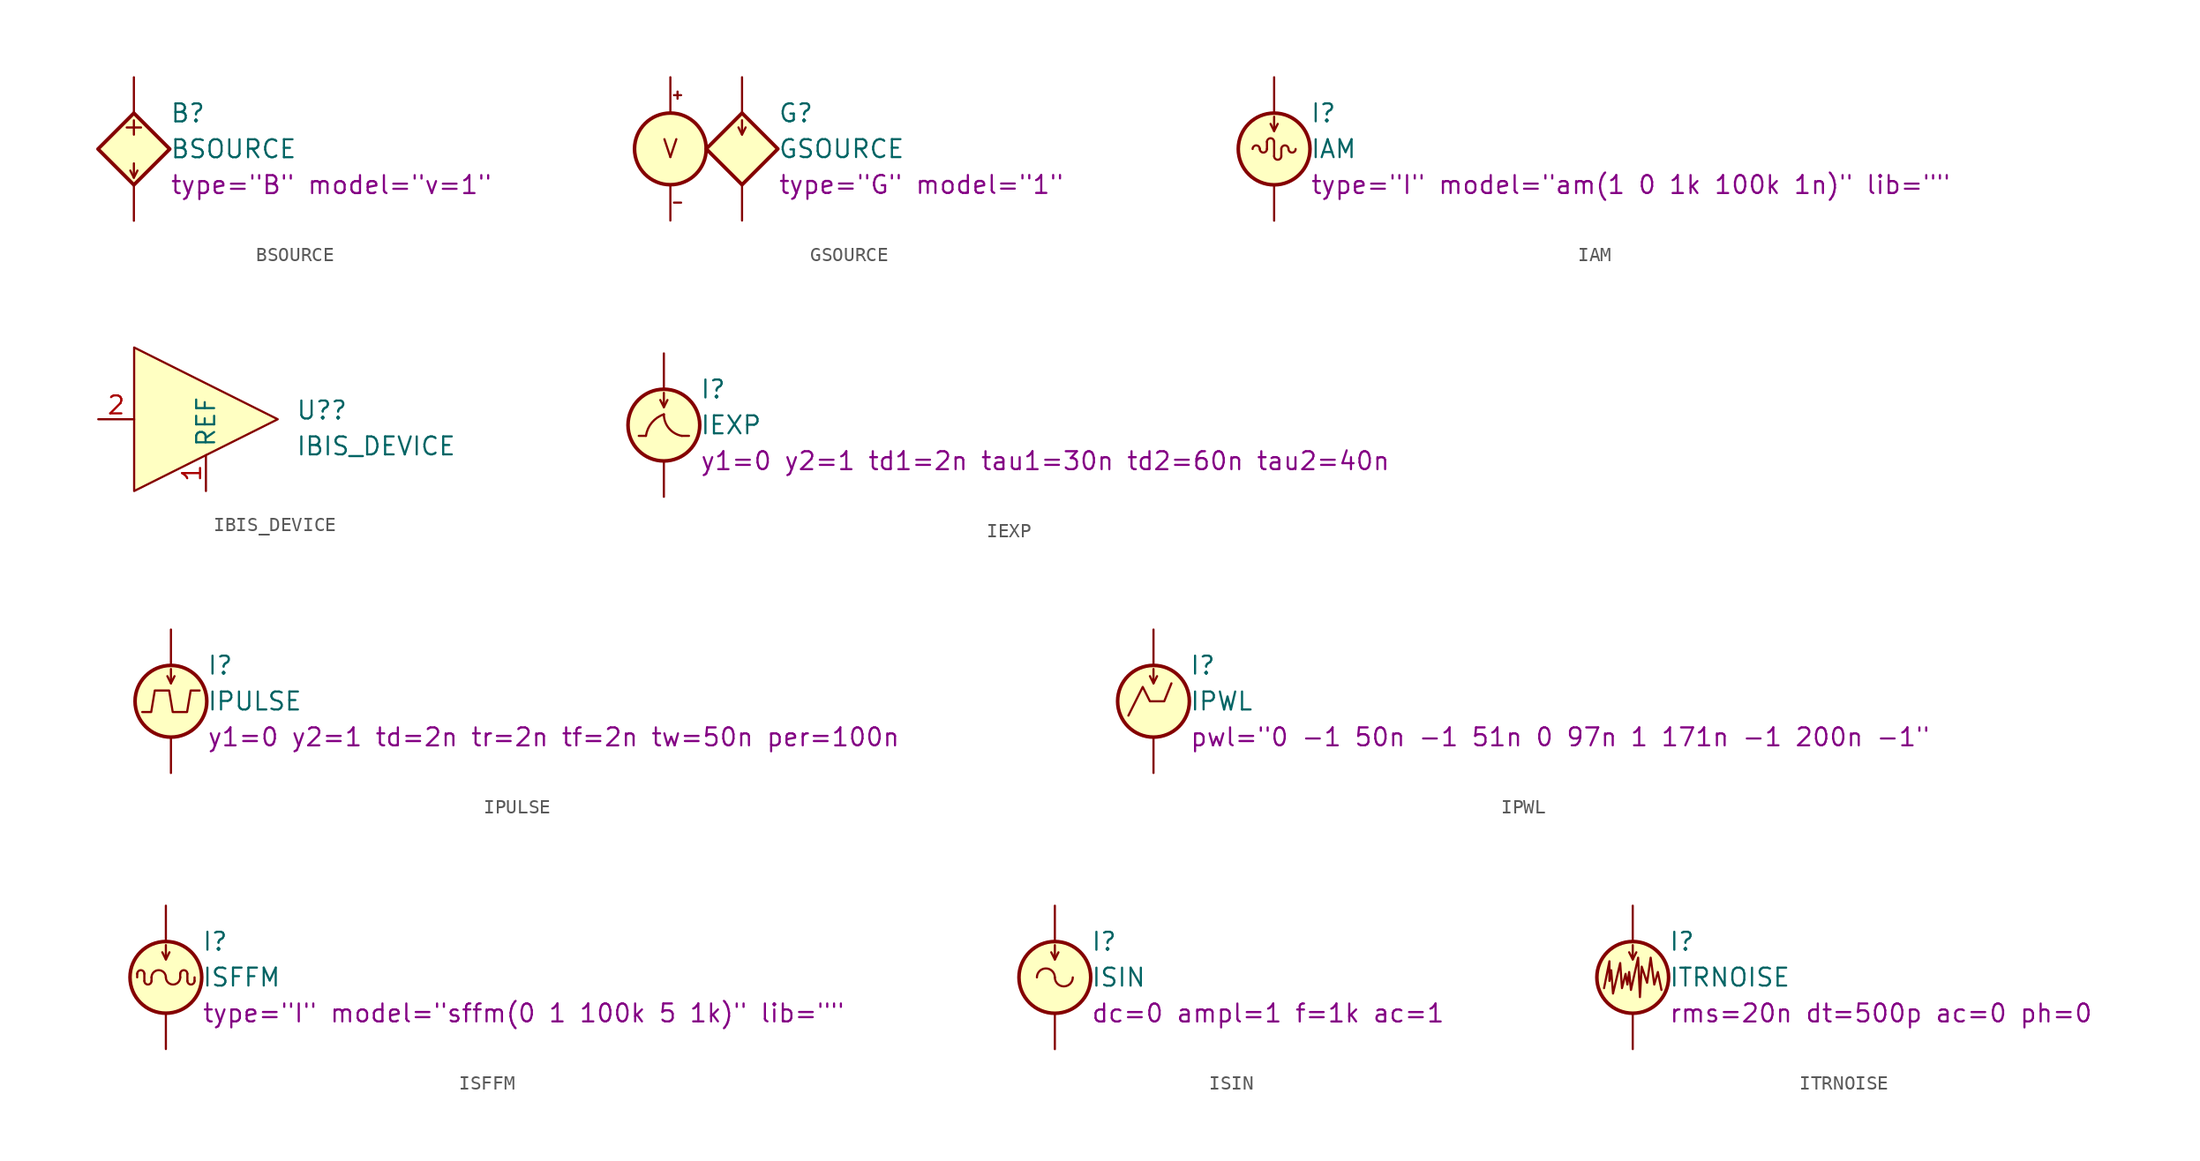
<source format=kicad_sym>
(kicad_symbol_lib
  (version 20241209)
  (generator "kicad_symbol_editor")
  (generator_version "9.0")
  (symbol "BSOURCE"
    (pin_numbers
      (hide yes))
    (pin_names
      (offset 1.016)
      (hide yes))
    (property "Reference" "B"
      (at 2.54 2.54 0)
      (effects (font (size 1.27 1.27)) (justify left)))
    (property "Value" "BSOURCE"
      (at 2.54 0 0)
      (effects (font (size 1.27 1.27)) (justify left)))
    (property "Sim.Params" "type=\"B\" model=\"v=1\""
      (at 2.54 -2.54 0)
      (effects (font (size 1.27 1.27)) (justify left)))
    (symbol "BSOURCE_0_1"
      (polyline (pts (xy 0 2.54) (xy -2.54 0) (xy 0 -2.54) (xy 2.54 0) (xy 0 2.54)) (stroke (width 0.254) (type default)) (fill (type background)))
      (polyline (pts (xy 0 -1.016) (xy 0 -2.032)) (stroke (width 0) (type default)) (fill (type none)))
      (polyline (pts (xy 0.254 -1.524) (xy 0 -2.032) (xy -0.254 -1.524)) (stroke (width 0) (type default)) (fill (type none))))
    (symbol "BSOURCE_1_1"
      (polyline (pts (xy -0.508 1.524) (xy 0.508 1.524)) (stroke (width 0) (type default)) (fill (type none)))
      (polyline (pts (xy 0 1.016) (xy 0 2.032)) (stroke (width 0) (type default)) (fill (type none)))
      (pin passive line (at 0 5.08 270) (length 2.54) (name "N+" (effects (font (size 1.27 1.27)))) (number "1" (effects (font (size 1.27 1.27)))))
      (pin passive line (at 0 -5.08 90) (length 2.54) (name "N-" (effects (font (size 1.27 1.27)))) (number "2" (effects (font (size 1.27 1.27)))))))
  (symbol "GSOURCE"
    (pin_numbers
      (hide yes))
    (pin_names
      (offset 1.016)
      (hide yes))
    (property "Reference" "G"
      (at 2.54 2.54 0)
      (effects (font (size 1.27 1.27)) (justify left)))
    (property "Value" "GSOURCE"
      (at 2.54 0 0)
      (effects (font (size 1.27 1.27)) (justify left)))
    (property "Sim.Params" "type=\"G\" model=\"1\""
      (at 2.54 -2.54 0)
      (effects (font (size 1.27 1.27)) (justify left)))
    (symbol "GSOURCE_0_1"
      (polyline (pts (xy 0 2.032) (xy 0 1.016)) (stroke (width 0) (type default)) (fill (type none)))
      (polyline (pts (xy 0.254 1.524) (xy 0 1.016) (xy -0.254 1.524)) (stroke (width 0) (type default)) (fill (type none))))
    (symbol "GSOURCE_1_1"
      (circle (center -5.08 0) (radius 2.54) (stroke (width 0.254) (type default)) (fill (type background)))
      (polyline (pts (xy -4.826 3.81) (xy -4.318 3.81)) (stroke (width 0) (type default)) (fill (type none)))
      (polyline (pts (xy -4.826 -3.81) (xy -4.318 -3.81)) (stroke (width 0) (type default)) (fill (type none)))
      (polyline (pts (xy -4.572 4.064) (xy -4.572 3.556)) (stroke (width 0) (type default)) (fill (type none)))
      (polyline (pts (xy 0 2.54) (xy -2.54 0) (xy 0 -2.54) (xy 2.54 0) (xy 0 2.54)) (stroke (width 0.254) (type default)) (fill (type background)))
      (text "V" (at -5.08 0 0) (effects (font (size 1.27 1.27))))
      (pin input line (at -5.08 5.08 270) (length 2.54) (name "C+" (effects (font (size 1.27 1.27)))) (number "3" (effects (font (size 1.27 1.27)))))
      (pin input line (at -5.08 -5.08 90) (length 2.54) (name "C-" (effects (font (size 1.27 1.27)))) (number "4" (effects (font (size 1.27 1.27)))))
      (pin passive line (at 0 5.08 270) (length 2.54) (name "N+" (effects (font (size 1.27 1.27)))) (number "1" (effects (font (size 1.27 1.27)))))
      (pin passive line (at 0 -5.08 90) (length 2.54) (name "N-" (effects (font (size 1.27 1.27)))) (number "2" (effects (font (size 1.27 1.27)))))))
  (symbol "IAM"
    (pin_numbers
      (hide yes))
    (pin_names
      (offset 0.025))
    (property "Reference" "I"
      (at 2.54 2.54 0)
      (effects (font (size 1.27 1.27)) (justify left)))
    (property "Value" "IAM"
      (at 2.54 0 0)
      (effects (font (size 1.27 1.27)) (justify left)))
    (property "Sim.Params" "type=\"I\" model=\"am(1 0 1k 100k 1n)\" lib=\"\""
      (at 2.54 -2.54 0)
      (effects (font (size 1.27 1.27)) (justify left)))
    (symbol "IAM_0_0"
      (arc (start -0.508 0.508) (mid -0.254 0.7609) (end 0 0.508) (stroke (width 0) (type default)) (fill (type none))))
    (symbol "IAM_0_1"
      (arc (start -1.524 0) (mid -1.27 0.2529) (end -1.016 0) (stroke (width 0) (type default)) (fill (type none)))
      (arc (start -0.508 0) (mid -0.762 -0.2529) (end -1.016 0) (stroke (width 0) (type default)) (fill (type none)))
      (polyline (pts (xy -0.508 0.508) (xy -0.508 0)) (stroke (width 0) (type default)) (fill (type none)))
      (polyline (pts (xy -0.254 1.778) (xy 0 1.27) (xy 0.254 1.778)) (stroke (width 0) (type default)) (fill (type none)))
      (polyline (pts (xy 0 1.27) (xy 0 2.286)) (stroke (width 0) (type default)) (fill (type none)))
      (polyline (pts (xy 0 0.508) (xy 0 -0.508)) (stroke (width 0) (type default)) (fill (type none)))
      (circle (center 0 0) (radius 2.54) (stroke (width 0.254) (type default)) (fill (type background)))
      (arc (start 0.508 -0.508) (mid 0.254 -0.7609) (end 0 -0.508) (stroke (width 0) (type default)) (fill (type none)))
      (polyline (pts (xy 0.508 -0.508) (xy 0.508 0)) (stroke (width 0) (type default)) (fill (type none)))
      (arc (start 0.508 0) (mid 0.762 0.2529) (end 1.016 0) (stroke (width 0) (type default)) (fill (type none)))
      (arc (start 1.524 0) (mid 1.27 -0.2529) (end 1.016 0) (stroke (width 0) (type default)) (fill (type none))))
    (symbol "IAM_1_1"
      (pin passive line (at 0 5.08 270) (length 2.54) (name "~" (effects (font (size 1.27 1.27)))) (number "1" (effects (font (size 1.27 1.27)))))
      (pin passive line (at 0 -5.08 90) (length 2.54) (name "~" (effects (font (size 1.27 1.27)))) (number "2" (effects (font (size 1.27 1.27)))))))
  (symbol "IBIS_DEVICE"
    (property "Reference" "U?"
      (at 6.35 0.635 0)
      (effects (font (size 1.27 1.27)) (justify left)))
    (property "Value" "IBIS_DEVICE"
      (at 6.35 -1.905 0)
      (effects (font (size 1.27 1.27)) (justify left)))
    (symbol "IBIS_DEVICE_0_1"
      (polyline (pts (xy 5.08 0) (xy -5.08 5.08) (xy -5.08 -5.08) (xy 5.08 0)) (stroke (width 0) (type default)) (fill (type background))))
    (symbol "IBIS_DEVICE_1_1"
      (pin input line (at -7.62 0 0) (length 2.54) (name "" (effects (font (size 1.27 1.27)))) (number "2" (effects (font (size 1.27 1.27)))))
      (pin power_in line (at 0 -5.08 90) (length 2.54) (name "REF" (effects (font (size 1.27 1.27)))) (number "1" (effects (font (size 1.27 1.27)))))))
  (symbol "IEXP"
    (pin_numbers
      (hide yes))
    (pin_names
      (offset 0.025))
    (property "Reference" "I"
      (at 2.54 2.54 0)
      (effects (font (size 1.27 1.27)) (justify left)))
    (property "Value" "IEXP"
      (at 2.54 0 0)
      (effects (font (size 1.27 1.27)) (justify left)))
    (property "Sim.Params" "y1=0 y2=1 td1=2n tau1=30n td2=60n tau2=40n"
      (at 2.54 -2.54 0)
      (effects (font (size 1.27 1.27)) (justify left)))
    (symbol "IEXP_0_0"
      (polyline (pts (xy -1.27 -0.762) (xy -1.778 -0.762)) (stroke (width 0) (type default)) (fill (type none)))
      (arc (start -1.27 -0.762) (mid -0.8506 0.1796) (end 0 0.762) (stroke (width 0) (type default)) (fill (type none)))
      (polyline (pts (xy 1.27 -0.762) (xy 1.778 -0.762)) (stroke (width 0) (type default)) (fill (type none)))
      (arc (start 1.27 -0.762) (mid 0.3591 -0.2299) (end 0 0.762) (stroke (width 0) (type default)) (fill (type none))))
    (symbol "IEXP_0_1"
      (polyline (pts (xy -0.254 1.778) (xy 0 1.27) (xy 0.254 1.778)) (stroke (width 0) (type default)) (fill (type none)))
      (polyline (pts (xy 0 1.27) (xy 0 2.286)) (stroke (width 0) (type default)) (fill (type none)))
      (circle (center 0 0) (radius 2.54) (stroke (width 0.254) (type default)) (fill (type background))))
    (symbol "IEXP_1_1"
      (pin passive line (at 0 5.08 270) (length 2.54) (name "~" (effects (font (size 1.27 1.27)))) (number "1" (effects (font (size 1.27 1.27)))))
      (pin passive line (at 0 -5.08 90) (length 2.54) (name "~" (effects (font (size 1.27 1.27)))) (number "2" (effects (font (size 1.27 1.27)))))))
  (symbol "IPULSE"
    (pin_numbers
      (hide yes))
    (pin_names
      (offset 0.025))
    (property "Reference" "I"
      (at 2.54 2.54 0)
      (effects (font (size 1.27 1.27)) (justify left)))
    (property "Value" "IPULSE"
      (at 2.54 0 0)
      (effects (font (size 1.27 1.27)) (justify left)))
    (property "Sim.Params" "y1=0 y2=1 td=2n tr=2n tf=2n tw=50n per=100n"
      (at 2.54 -2.54 0)
      (effects (font (size 1.27 1.27)) (justify left)))
    (symbol "IPULSE_0_0"
      (polyline (pts (xy -2.032 -0.762) (xy -1.397 -0.762) (xy -1.143 0.762) (xy -0.127 0.762) (xy 0.127 -0.762) (xy 1.143 -0.762) (xy 1.397 0.762) (xy 2.032 0.762)) (stroke (width 0) (type default)) (fill (type none))))
    (symbol "IPULSE_0_1"
      (polyline (pts (xy -0.254 1.778) (xy 0 1.27) (xy 0.254 1.778)) (stroke (width 0) (type default)) (fill (type none)))
      (polyline (pts (xy 0 1.27) (xy 0 2.286)) (stroke (width 0) (type default)) (fill (type none)))
      (circle (center 0 0) (radius 2.54) (stroke (width 0.254) (type default)) (fill (type background))))
    (symbol "IPULSE_1_1"
      (pin passive line (at 0 5.08 270) (length 2.54) (name "~" (effects (font (size 1.27 1.27)))) (number "1" (effects (font (size 1.27 1.27)))))
      (pin passive line (at 0 -5.08 90) (length 2.54) (name "~" (effects (font (size 1.27 1.27)))) (number "2" (effects (font (size 1.27 1.27)))))))
  (symbol "IPWL"
    (pin_numbers
      (hide yes))
    (pin_names
      (offset 0.025))
    (property "Reference" "I"
      (at 2.54 2.54 0)
      (effects (font (size 1.27 1.27)) (justify left)))
    (property "Value" "IPWL"
      (at 2.54 0 0)
      (effects (font (size 1.27 1.27)) (justify left)))
    (property "Sim.Params" "pwl=\"0 -1 50n -1 51n 0 97n 1 171n -1 200n -1\""
      (at 2.54 -2.54 0)
      (effects (font (size 1.27 1.27)) (justify left)))
    (symbol "IPWL_0_0"
      (polyline (pts (xy -1.778 -1.016) (xy -0.762 1.016) (xy -0.254 0) (xy 0.762 0) (xy 1.27 1.27)) (stroke (width 0) (type default)) (fill (type none))))
    (symbol "IPWL_0_1"
      (polyline (pts (xy -0.254 1.778) (xy 0 1.27) (xy 0.254 1.778)) (stroke (width 0) (type default)) (fill (type none)))
      (polyline (pts (xy 0 1.27) (xy 0 2.286)) (stroke (width 0) (type default)) (fill (type none)))
      (circle (center 0 0) (radius 2.54) (stroke (width 0.254) (type default)) (fill (type background))))
    (symbol "IPWL_1_1"
      (pin passive line (at 0 5.08 270) (length 2.54) (name "~" (effects (font (size 1.27 1.27)))) (number "1" (effects (font (size 1.27 1.27)))))
      (pin passive line (at 0 -5.08 90) (length 2.54) (name "~" (effects (font (size 1.27 1.27)))) (number "2" (effects (font (size 1.27 1.27)))))))
  (symbol "ISFFM"
    (pin_numbers
      (hide yes))
    (pin_names
      (offset 0.025))
    (property "Reference" "I"
      (at 2.54 2.54 0)
      (effects (font (size 1.27 1.27)) (justify left)))
    (property "Value" "ISFFM"
      (at 2.54 0 0)
      (effects (font (size 1.27 1.27)) (justify left)))
    (property "Sim.Params" "type=\"I\" model=\"sffm(0 1 100k 5 1k)\" lib=\"\""
      (at 2.54 -2.54 0)
      (effects (font (size 1.27 1.27)) (justify left)))
    (symbol "ISFFM_0_1"
      (polyline (pts (xy -2.032 0.254) (xy -2.032 0)) (stroke (width 0) (type default)) (fill (type none)))
      (arc (start -2.032 0.254) (mid -1.778 0.5069) (end -1.524 0.254) (stroke (width 0) (type default)) (fill (type none)))
      (polyline (pts (xy -1.524 -0.254) (xy -1.524 0.254)) (stroke (width 0) (type default)) (fill (type none)))
      (arc (start -1.016 -0.254) (mid -1.27 -0.5069) (end -1.524 -0.254) (stroke (width 0) (type default)) (fill (type none)))
      (polyline (pts (xy -1.016 0) (xy -1.016 -0.254)) (stroke (width 0) (type default)) (fill (type none)))
      (arc (start -1.016 0) (mid -0.508 0.5058) (end 0 0) (stroke (width 0) (type default)) (fill (type none)))
      (polyline (pts (xy -0.254 1.778) (xy 0 1.27) (xy 0.254 1.778)) (stroke (width 0) (type default)) (fill (type none)))
      (polyline (pts (xy 0 1.27) (xy 0 2.286)) (stroke (width 0) (type default)) (fill (type none)))
      (circle (center 0 0) (radius 2.54) (stroke (width 0.254) (type default)) (fill (type background)))
      (arc (start 1.016 0) (mid 0.508 -0.5058) (end 0 0) (stroke (width 0) (type default)) (fill (type none)))
      (polyline (pts (xy 1.016 0.254) (xy 1.016 0)) (stroke (width 0) (type default)) (fill (type none)))
      (arc (start 1.016 0.254) (mid 1.27 0.5069) (end 1.524 0.254) (stroke (width 0) (type default)) (fill (type none)))
      (polyline (pts (xy 1.524 0.254) (xy 1.524 -0.254)) (stroke (width 0) (type default)) (fill (type none)))
      (arc (start 2.032 -0.254) (mid 1.778 -0.5069) (end 1.524 -0.254) (stroke (width 0) (type default)) (fill (type none)))
      (polyline (pts (xy 2.032 -0.254) (xy 2.032 0)) (stroke (width 0) (type default)) (fill (type none))))
    (symbol "ISFFM_1_1"
      (pin passive line (at 0 5.08 270) (length 2.54) (name "~" (effects (font (size 1.27 1.27)))) (number "1" (effects (font (size 1.27 1.27)))))
      (pin passive line (at 0 -5.08 90) (length 2.54) (name "~" (effects (font (size 1.27 1.27)))) (number "2" (effects (font (size 1.27 1.27)))))))
  (symbol "ISIN"
    (pin_numbers
      (hide yes))
    (pin_names
      (offset 0.025))
    (property "Reference" "I"
      (at 2.54 2.54 0)
      (effects (font (size 1.27 1.27)) (justify left)))
    (property "Value" "ISIN"
      (at 2.54 0 0)
      (effects (font (size 1.27 1.27)) (justify left)))
    (property "Sim.Params" "dc=0 ampl=1 f=1k ac=1"
      (at 2.54 -2.54 0)
      (effects (font (size 1.27 1.27)) (justify left)))
    (symbol "ISIN_0_0"
      (arc (start -1.27 0) (mid -0.635 0.6323) (end 0 0) (stroke (width 0) (type default)) (fill (type none)))
      (arc (start 1.27 0) (mid 0.635 -0.6323) (end 0 0) (stroke (width 0) (type default)) (fill (type none))))
    (symbol "ISIN_0_1"
      (polyline (pts (xy -0.254 1.778) (xy 0 1.27) (xy 0.254 1.778)) (stroke (width 0) (type default)) (fill (type none)))
      (polyline (pts (xy 0 1.27) (xy 0 2.286)) (stroke (width 0) (type default)) (fill (type none)))
      (circle (center 0 0) (radius 2.54) (stroke (width 0.254) (type default)) (fill (type background))))
    (symbol "ISIN_1_1"
      (pin passive line (at 0 5.08 270) (length 2.54) (name "~" (effects (font (size 1.27 1.27)))) (number "1" (effects (font (size 1.27 1.27)))))
      (pin passive line (at 0 -5.08 90) (length 2.54) (name "~" (effects (font (size 1.27 1.27)))) (number "2" (effects (font (size 1.27 1.27)))))))
  (symbol "ITRNOISE"
    (pin_numbers
      (hide yes))
    (pin_names
      (offset 0.025))
    (property "Reference" "I"
      (at 2.54 2.54 0)
      (effects (font (size 1.27 1.27)) (justify left)))
    (property "Value" "ITRNOISE"
      (at 2.54 0 0)
      (effects (font (size 1.27 1.27)) (justify left)))
    (property "Sim.Params" "rms=20n dt=500p ac=0 ph=0"
      (at 2.54 -2.54 0)
      (effects (font (size 1.27 1.27)) (justify left)))
    (symbol "ITRNOISE_0_1"
      (polyline (pts (xy -2.032 -0.762) (xy -1.651 1.143) (xy -1.651 -0.254) (xy -1.524 0.508) (xy -1.397 -1.143) (xy -0.889 1.016) (xy -0.762 -0.762) (xy -0.508 0.254) (xy -0.381 -0.508) (xy -0.254 0.381) (xy -0.127 -0.889) (xy 0.381 1.397) (xy 0.508 -1.397) (xy 0.635 0.762) (xy 1.016 -0.381) (xy 1.27 1.397) (xy 1.524 -0.508) (xy 1.778 0.381) (xy 2.032 -0.889)) (stroke (width 0) (type default)) (fill (type none)))
      (polyline (pts (xy -0.254 1.778) (xy 0 1.27) (xy 0.254 1.778)) (stroke (width 0) (type default)) (fill (type none)))
      (polyline (pts (xy 0 1.27) (xy 0 2.286)) (stroke (width 0) (type default)) (fill (type none)))
      (circle (center 0 0) (radius 2.54) (stroke (width 0.254) (type default)) (fill (type background))))
    (symbol "ITRNOISE_1_1"
      (pin passive line (at 0 5.08 270) (length 2.54) (name "~" (effects (font (size 1.27 1.27)))) (number "1" (effects (font (size 1.27 1.27)))))
      (pin passive line (at 0 -5.08 90) (length 2.54) (name "~" (effects (font (size 1.27 1.27)))) (number "2" (effects (font (size 1.27 1.27))))))))
</source>
